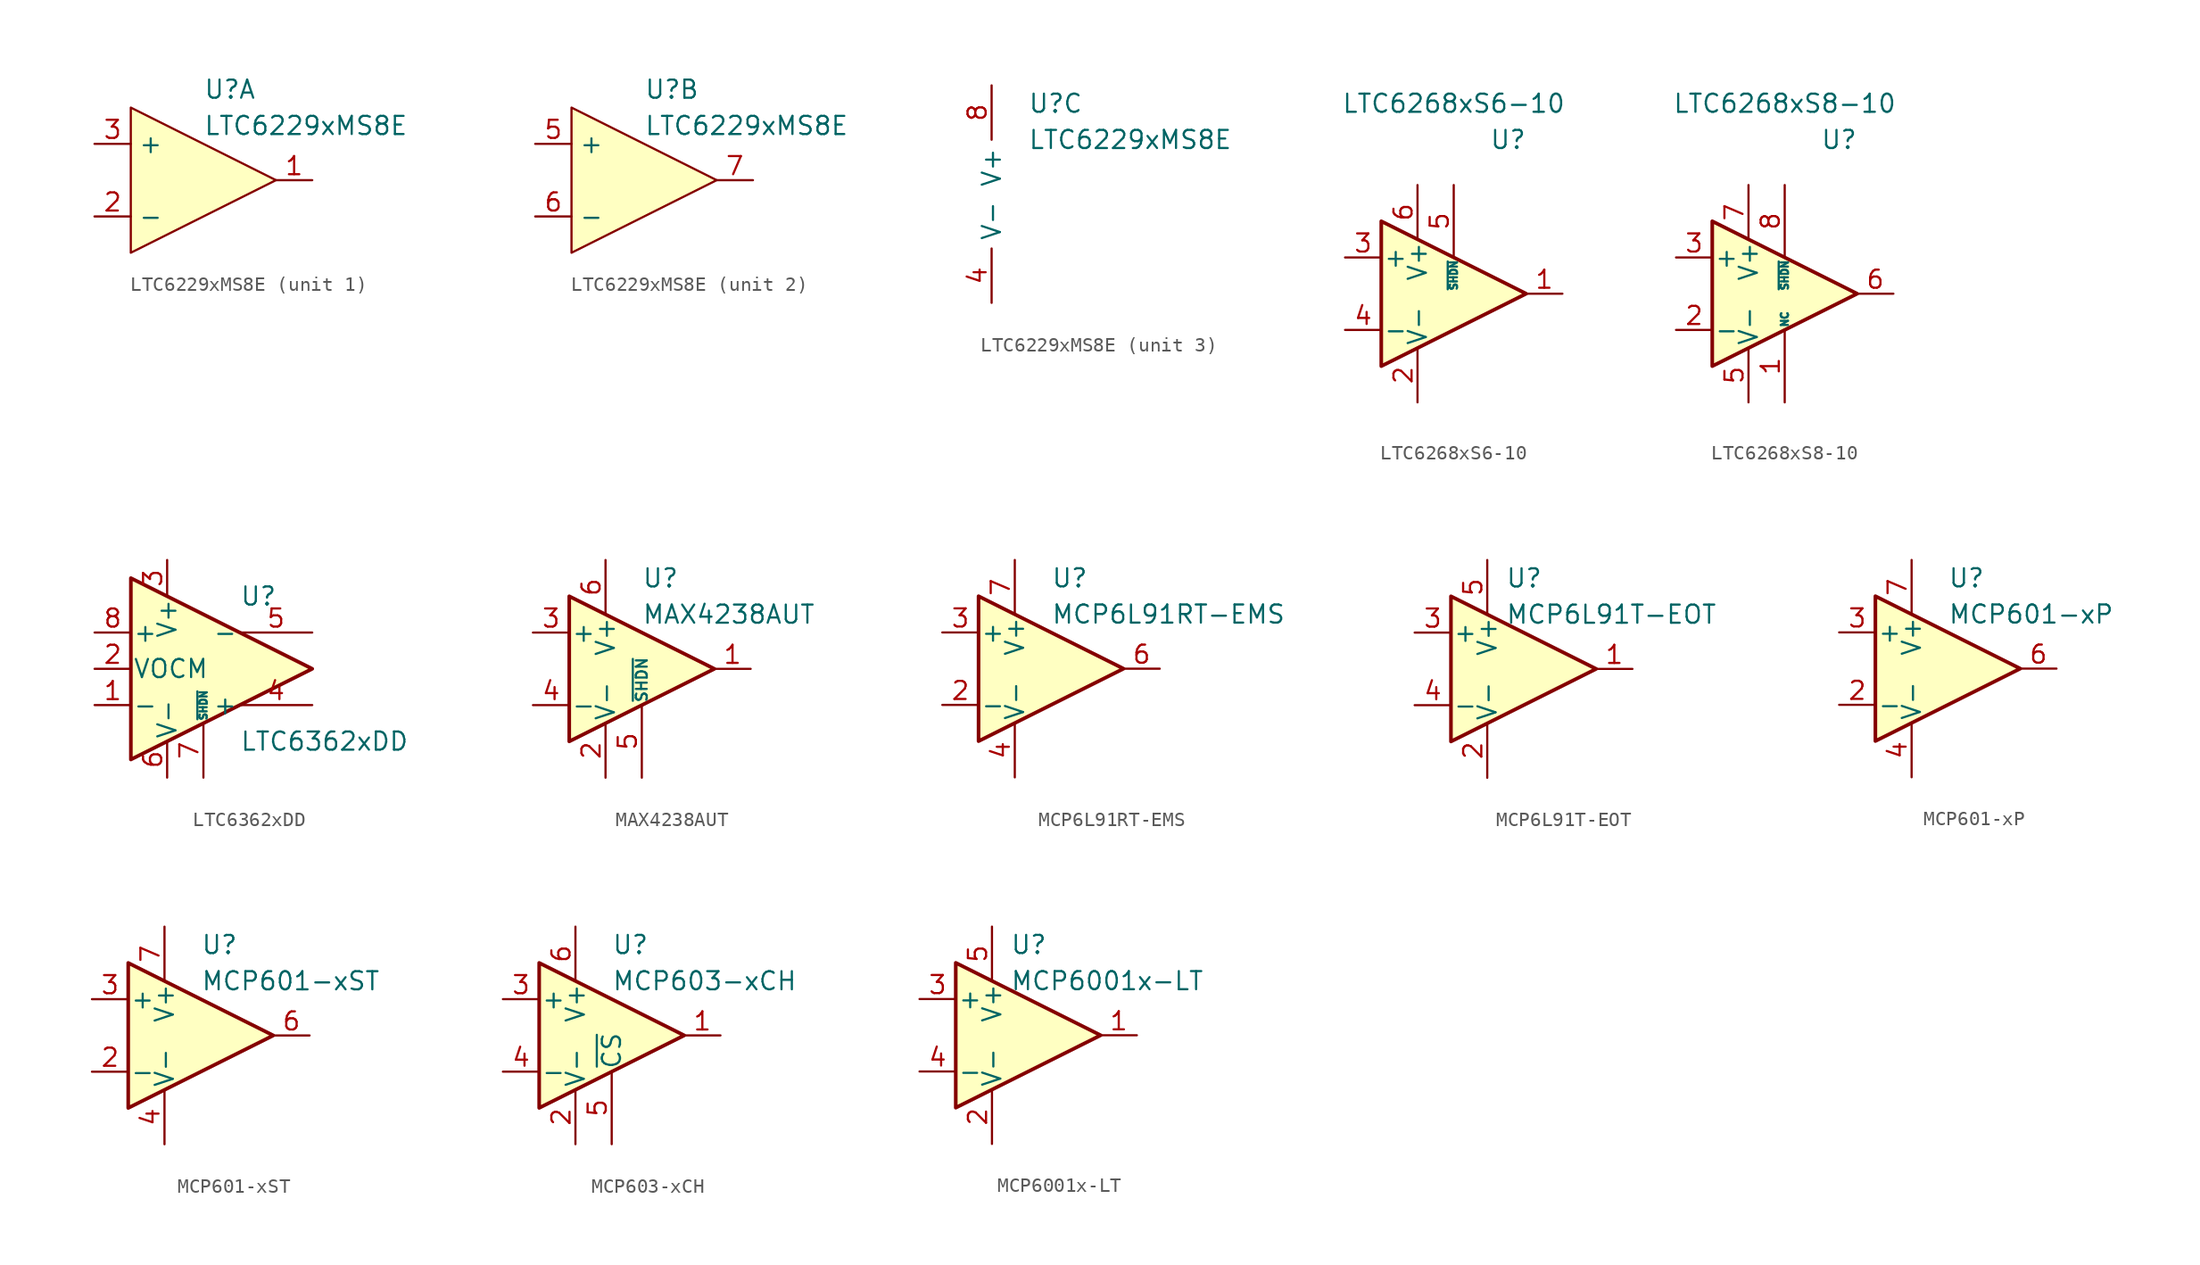
<source format=kicad_sym>
(kicad_symbol_lib
  (version 20211014)
  (generator kicad_symbol_editor)
  (symbol "LTC6229xMS8E"
    (property "Reference" "U"
      (at 0 6.35 0)
      (effects (font (size 1.27 1.27)) (justify left)))
    (property "Value" "LTC6229xMS8E"
      (at 0 3.81 0)
      (effects (font (size 1.27 1.27)) (justify left)))
    (symbol "LTC6229xMS8E_1_1"
      (polyline (pts (xy -5.08 5.08) (xy 5.08 0) (xy -5.08 -5.08) (xy -5.08 5.08)) (stroke (width 0) (type default) (color 0 0 0 0)) (fill (type background)))
      (pin output line (at 7.62 0 180) (length 2.54) (name "~" (effects (font (size 1.27 1.27)))) (number "1" (effects (font (size 1.27 1.27)))))
      (pin input line (at -7.62 -2.54 0) (length 2.54) (name "-" (effects (font (size 1.27 1.27)))) (number "2" (effects (font (size 1.27 1.27)))))
      (pin input line (at -7.62 2.54 0) (length 2.54) (name "+" (effects (font (size 1.27 1.27)))) (number "3" (effects (font (size 1.27 1.27))))))
    (symbol "LTC6229xMS8E_2_1"
      (polyline (pts (xy -5.08 5.08) (xy 5.08 0) (xy -5.08 -5.08) (xy -5.08 5.08)) (stroke (width 0) (type default) (color 0 0 0 0)) (fill (type background)))
      (pin input line (at -7.62 2.54 0) (length 2.54) (name "+" (effects (font (size 1.27 1.27)))) (number "5" (effects (font (size 1.27 1.27)))))
      (pin input line (at -7.62 -2.54 0) (length 2.54) (name "-" (effects (font (size 1.27 1.27)))) (number "6" (effects (font (size 1.27 1.27)))))
      (pin output line (at 7.62 0 180) (length 2.54) (name "~" (effects (font (size 1.27 1.27)))) (number "7" (effects (font (size 1.27 1.27))))))
    (symbol "LTC6229xMS8E_3_1"
      (pin power_in line (at -2.54 -7.62 90) (length 3.81) (name "V-" (effects (font (size 1.27 1.27)))) (number "4" (effects (font (size 1.27 1.27)))))
      (pin power_in line (at -2.54 7.62 270) (length 3.81) (name "V+" (effects (font (size 1.27 1.27)))) (number "8" (effects (font (size 1.27 1.27)))))
      (pin passive line (at -2.54 -7.62 90) (length 3.81) hide (name "V-" (effects (font (size 1.27 1.27)))) (number "9" (effects (font (size 1.27 1.27)))))))
  (symbol "LTC6268xS6-10"
    (pin_names
      (offset 0.127))
    (property "Reference" "U"
      (at 3.81 10.795 0)
      (effects (font (size 1.27 1.27))))
    (property "Value" "LTC6268xS6-10"
      (at 0 13.335 0)
      (effects (font (size 1.27 1.27))))
    (symbol "LTC6268xS6-10_1_1"
      (polyline (pts (xy -5.08 5.08) (xy -5.08 -5.08) (xy 5.08 0) (xy -5.08 5.08)) (stroke (width 0.254) (type default) (color 0 0 0 0)) (fill (type background)))
      (pin output line (at 7.62 0 180) (length 2.54) (name "~" (effects (font (size 1.27 1.27)))) (number "1" (effects (font (size 1.27 1.27)))))
      (pin power_in line (at -2.54 -7.62 90) (length 3.81) (name "V-" (effects (font (size 1.27 1.27)))) (number "2" (effects (font (size 1.27 1.27)))))
      (pin input line (at -7.62 2.54 0) (length 2.54) (name "+" (effects (font (size 1.27 1.27)))) (number "3" (effects (font (size 1.27 1.27)))))
      (pin input line (at -7.62 -2.54 0) (length 2.54) (name "-" (effects (font (size 1.27 1.27)))) (number "4" (effects (font (size 1.27 1.27)))))
      (pin input line (at 0 7.62 270) (length 5.08) (name "~{SHDN}" (effects (font (size 0.508 0.508)))) (number "5" (effects (font (size 1.27 1.27)))))
      (pin power_in line (at -2.54 7.62 270) (length 3.81) (name "V+" (effects (font (size 1.27 1.27)))) (number "6" (effects (font (size 1.27 1.27)))))))
  (symbol "LTC6268xS8-10"
    (pin_names
      (offset 0.127))
    (property "Reference" "U"
      (at 3.81 10.795 0)
      (effects (font (size 1.27 1.27))))
    (property "Value" "LTC6268xS8-10"
      (at 0 13.335 0)
      (effects (font (size 1.27 1.27))))
    (symbol "LTC6268xS8-10_1_1"
      (polyline (pts (xy -5.08 5.08) (xy -5.08 -5.08) (xy 5.08 0) (xy -5.08 5.08)) (stroke (width 0.254) (type default) (color 0 0 0 0)) (fill (type background)))
      (pin passive line (at 0 -7.62 90) (length 5.08) (name "NC" (effects (font (size 0.508 0.508)))) (number "1" (effects (font (size 1.27 1.27)))))
      (pin input line (at -7.62 -2.54 0) (length 2.54) (name "-" (effects (font (size 1.27 1.27)))) (number "2" (effects (font (size 1.27 1.27)))))
      (pin input line (at -7.62 2.54 0) (length 2.54) (name "+" (effects (font (size 1.27 1.27)))) (number "3" (effects (font (size 1.27 1.27)))))
      (pin passive line (at 0 -7.62 90) (length 5.08) hide (name "NC" (effects (font (size 0.508 0.508)))) (number "4" (effects (font (size 1.27 1.27)))))
      (pin power_in line (at -2.54 -7.62 90) (length 3.81) (name "V-" (effects (font (size 1.27 1.27)))) (number "5" (effects (font (size 1.27 1.27)))))
      (pin output line (at 7.62 0 180) (length 2.54) (name "~" (effects (font (size 1.27 1.27)))) (number "6" (effects (font (size 1.27 1.27)))))
      (pin power_in line (at -2.54 7.62 270) (length 3.81) (name "V+" (effects (font (size 1.27 1.27)))) (number "7" (effects (font (size 1.27 1.27)))))
      (pin input line (at 0 7.62 270) (length 5.08) (name "~{SHDN}" (effects (font (size 0.508 0.508)))) (number "8" (effects (font (size 1.27 1.27)))))))
  (symbol "LTC6362xDD"
    (pin_names
      (offset 0.127))
    (property "Reference" "U"
      (at 2.54 5.08 0)
      (effects (font (size 1.27 1.27)) (justify left)))
    (property "Value" "LTC6362xDD"
      (at 2.54 -5.08 0)
      (effects (font (size 1.27 1.27)) (justify left)))
    (symbol "LTC6362xDD_0_1"
      (polyline (pts (xy -5.08 6.35) (xy -5.08 -6.35) (xy 7.62 0) (xy -5.08 6.35)) (stroke (width 0.254) (type default) (color 0 0 0 0)) (fill (type background))))
    (symbol "LTC6362xDD_1_1"
      (pin input line (at -7.62 -2.54 0) (length 2.54) (name "-" (effects (font (size 1.27 1.27)))) (number "1" (effects (font (size 1.27 1.27)))))
      (pin input line (at -7.62 0 0) (length 2.54) (name "VOCM" (effects (font (size 1.27 1.27)))) (number "2" (effects (font (size 1.27 1.27)))))
      (pin power_in line (at -2.54 7.62 270) (length 2.54) (name "V+" (effects (font (size 1.27 1.27)))) (number "3" (effects (font (size 1.27 1.27)))))
      (pin output line (at 7.62 -2.54 180) (length 5.08) (name "+" (effects (font (size 1.27 1.27)))) (number "4" (effects (font (size 1.27 1.27)))))
      (pin output line (at 7.62 2.54 180) (length 5.08) (name "-" (effects (font (size 1.27 1.27)))) (number "5" (effects (font (size 1.27 1.27)))))
      (pin power_in line (at -2.54 -7.62 90) (length 2.54) (name "V-" (effects (font (size 1.27 1.27)))) (number "6" (effects (font (size 1.27 1.27)))))
      (pin input line (at 0 -7.62 90) (length 3.81) (name "~{SHDN}" (effects (font (size 0.508 0.508)))) (number "7" (effects (font (size 1.27 1.27)))))
      (pin input line (at -7.62 2.54 0) (length 2.54) (name "+" (effects (font (size 1.27 1.27)))) (number "8" (effects (font (size 1.27 1.27)))))
      (pin passive line (at -2.54 -7.62 90) (length 2.54) hide (name "V-" (effects (font (size 1.27 1.27)))) (number "9" (effects (font (size 1.27 1.27)))))))
  (symbol "MAX4238AUT"
    (pin_names
      (offset 0.127))
    (property "Reference" "U"
      (at 0 6.35 0)
      (effects (font (size 1.27 1.27)) (justify left)))
    (property "Value" "MAX4238AUT"
      (at 0 3.81 0)
      (effects (font (size 1.27 1.27)) (justify left)))
    (symbol "MAX4238AUT_0_1"
      (polyline (pts (xy -5.08 5.08) (xy 5.08 0) (xy -5.08 -5.08) (xy -5.08 5.08)) (stroke (width 0.254) (type default) (color 0 0 0 0)) (fill (type background))))
    (symbol "MAX4238AUT_1_1"
      (pin output line (at 7.62 0 180) (length 2.54) (name "~" (effects (font (size 1.27 1.27)))) (number "1" (effects (font (size 1.27 1.27)))))
      (pin power_in line (at -2.54 -7.62 90) (length 3.81) (name "V-" (effects (font (size 1.27 1.27)))) (number "2" (effects (font (size 1.27 1.27)))))
      (pin input line (at -7.62 2.54 0) (length 2.54) (name "+" (effects (font (size 1.27 1.27)))) (number "3" (effects (font (size 1.27 1.27)))))
      (pin input line (at -7.62 -2.54 0) (length 2.54) (name "-" (effects (font (size 1.27 1.27)))) (number "4" (effects (font (size 1.27 1.27)))))
      (pin input line (at 0 -7.62 90) (length 5.08) (name "~{SHDN}" (effects (font (size 0.762 0.762)))) (number "5" (effects (font (size 1.27 1.27)))))
      (pin power_in line (at -2.54 7.62 270) (length 3.81) (name "V+" (effects (font (size 1.27 1.27)))) (number "6" (effects (font (size 1.27 1.27)))))))
  (symbol "MCP6L91RT-EMS"
    (pin_names
      (offset 0.127))
    (property "Reference" "U"
      (at 0 6.35 0)
      (effects (font (size 1.27 1.27)) (justify left)))
    (property "Value" "MCP6L91RT-EMS"
      (at 0 3.81 0)
      (effects (font (size 1.27 1.27)) (justify left)))
    (symbol "MCP6L91RT-EMS_0_1"
      (polyline (pts (xy -5.08 5.08) (xy 5.08 0) (xy -5.08 -5.08) (xy -5.08 5.08)) (stroke (width 0.254) (type default) (color 0 0 0 0)) (fill (type background))))
    (symbol "MCP6L91RT-EMS_1_1"
      (pin no_connect line (at -2.54 2.54 270) (length 2.54) hide (name "NC" (effects (font (size 1.27 1.27)))) (number "1" (effects (font (size 1.27 1.27)))))
      (pin input line (at -7.62 -2.54 0) (length 2.54) (name "-" (effects (font (size 1.27 1.27)))) (number "2" (effects (font (size 1.27 1.27)))))
      (pin input line (at -7.62 2.54 0) (length 2.54) (name "+" (effects (font (size 1.27 1.27)))) (number "3" (effects (font (size 1.27 1.27)))))
      (pin power_in line (at -2.54 -7.62 90) (length 3.81) (name "V-" (effects (font (size 1.27 1.27)))) (number "4" (effects (font (size 1.27 1.27)))))
      (pin no_connect line (at 0 2.54 270) (length 2.54) hide (name "NC" (effects (font (size 1.27 1.27)))) (number "5" (effects (font (size 1.27 1.27)))))
      (pin output line (at 7.62 0 180) (length 2.54) (name "~" (effects (font (size 1.27 1.27)))) (number "6" (effects (font (size 1.27 1.27)))))
      (pin power_in line (at -2.54 7.62 270) (length 3.81) (name "V+" (effects (font (size 1.27 1.27)))) (number "7" (effects (font (size 1.27 1.27)))))
      (pin no_connect line (at 0 -2.54 90) (length 2.54) hide (name "NC" (effects (font (size 1.27 1.27)))) (number "8" (effects (font (size 1.27 1.27)))))))
  (symbol "MCP6L91T-EOT"
    (pin_names
      (offset 0.127))
    (property "Reference" "U"
      (at -1.27 6.35 0)
      (effects (font (size 1.27 1.27)) (justify left)))
    (property "Value" "MCP6L91T-EOT"
      (at -1.27 3.81 0)
      (effects (font (size 1.27 1.27)) (justify left)))
    (symbol "MCP6L91T-EOT_0_1"
      (polyline (pts (xy -5.08 5.08) (xy 5.08 0) (xy -5.08 -5.08) (xy -5.08 5.08)) (stroke (width 0.254) (type default) (color 0 0 0 0)) (fill (type background)))
      (pin power_in line (at -2.54 -7.62 90) (length 3.81) (name "V-" (effects (font (size 1.27 1.27)))) (number "2" (effects (font (size 1.27 1.27)))))
      (pin power_in line (at -2.54 7.62 270) (length 3.81) (name "V+" (effects (font (size 1.27 1.27)))) (number "5" (effects (font (size 1.27 1.27))))))
    (symbol "MCP6L91T-EOT_1_1"
      (pin output line (at 7.62 0 180) (length 2.54) (name "~" (effects (font (size 1.27 1.27)))) (number "1" (effects (font (size 1.27 1.27)))))
      (pin input line (at -7.62 2.54 0) (length 2.54) (name "+" (effects (font (size 1.27 1.27)))) (number "3" (effects (font (size 1.27 1.27)))))
      (pin input line (at -7.62 -2.54 0) (length 2.54) (name "-" (effects (font (size 1.27 1.27)))) (number "4" (effects (font (size 1.27 1.27)))))))
  (symbol "MCP601-xP"
    (pin_names
      (offset 0.127))
    (property "Reference" "U"
      (at 0 6.35 0)
      (effects (font (size 1.27 1.27)) (justify left)))
    (property "Value" "MCP601-xP"
      (at 0 3.81 0)
      (effects (font (size 1.27 1.27)) (justify left)))
    (symbol "MCP601-xP_0_1"
      (polyline (pts (xy -5.08 5.08) (xy 5.08 0) (xy -5.08 -5.08) (xy -5.08 5.08)) (stroke (width 0.254) (type default) (color 0 0 0 0)) (fill (type background))))
    (symbol "MCP601-xP_1_1"
      (pin no_connect line (at -5.08 -2.54 90) (length 2.54) hide (name "NC" (effects (font (size 1.27 1.27)))) (number "1" (effects (font (size 1.27 1.27)))))
      (pin input line (at -7.62 -2.54 0) (length 2.54) (name "-" (effects (font (size 1.27 1.27)))) (number "2" (effects (font (size 1.27 1.27)))))
      (pin input line (at -7.62 2.54 0) (length 2.54) (name "+" (effects (font (size 1.27 1.27)))) (number "3" (effects (font (size 1.27 1.27)))))
      (pin power_in line (at -2.54 -7.62 90) (length 3.81) (name "V-" (effects (font (size 1.27 1.27)))) (number "4" (effects (font (size 1.27 1.27)))))
      (pin no_connect line (at -2.54 -2.54 90) (length 2.54) hide (name "NC" (effects (font (size 1.27 1.27)))) (number "5" (effects (font (size 1.27 1.27)))))
      (pin output line (at 7.62 0 180) (length 2.54) (name "~" (effects (font (size 1.27 1.27)))) (number "6" (effects (font (size 1.27 1.27)))))
      (pin power_in line (at -2.54 7.62 270) (length 3.81) (name "V+" (effects (font (size 1.27 1.27)))) (number "7" (effects (font (size 1.27 1.27)))))
      (pin no_connect line (at 0 -2.54 90) (length 2.54) hide (name "NC" (effects (font (size 1.27 1.27)))) (number "8" (effects (font (size 1.27 1.27)))))))
  (symbol "MCP601-xST"
    (pin_names
      (offset 0.127))
    (property "Reference" "U"
      (at 0 6.35 0)
      (effects (font (size 1.27 1.27)) (justify left)))
    (property "Value" "MCP601-xST"
      (at 0 3.81 0)
      (effects (font (size 1.27 1.27)) (justify left)))
    (symbol "MCP601-xST_0_1"
      (polyline (pts (xy -5.08 5.08) (xy 5.08 0) (xy -5.08 -5.08) (xy -5.08 5.08)) (stroke (width 0.254) (type default) (color 0 0 0 0)) (fill (type background))))
    (symbol "MCP601-xST_1_1"
      (pin no_connect line (at -2.54 2.54 270) (length 2.54) hide (name "NC" (effects (font (size 1.27 1.27)))) (number "1" (effects (font (size 1.27 1.27)))))
      (pin input line (at -7.62 -2.54 0) (length 2.54) (name "-" (effects (font (size 1.27 1.27)))) (number "2" (effects (font (size 1.27 1.27)))))
      (pin input line (at -7.62 2.54 0) (length 2.54) (name "+" (effects (font (size 1.27 1.27)))) (number "3" (effects (font (size 1.27 1.27)))))
      (pin power_in line (at -2.54 -7.62 90) (length 3.81) (name "V-" (effects (font (size 1.27 1.27)))) (number "4" (effects (font (size 1.27 1.27)))))
      (pin no_connect line (at 0 2.54 270) (length 2.54) hide (name "NC" (effects (font (size 1.27 1.27)))) (number "5" (effects (font (size 1.27 1.27)))))
      (pin output line (at 7.62 0 180) (length 2.54) (name "~" (effects (font (size 1.27 1.27)))) (number "6" (effects (font (size 1.27 1.27)))))
      (pin power_in line (at -2.54 7.62 270) (length 3.81) (name "V+" (effects (font (size 1.27 1.27)))) (number "7" (effects (font (size 1.27 1.27)))))
      (pin no_connect line (at 0 -2.54 90) (length 2.54) hide (name "NC" (effects (font (size 1.27 1.27)))) (number "8" (effects (font (size 1.27 1.27)))))))
  (symbol "MCP603-xCH"
    (pin_names
      (offset 0.127))
    (property "Reference" "U"
      (at 0 6.35 0)
      (effects (font (size 1.27 1.27)) (justify left)))
    (property "Value" "MCP603-xCH"
      (at 0 3.81 0)
      (effects (font (size 1.27 1.27)) (justify left)))
    (symbol "MCP603-xCH_0_1"
      (polyline (pts (xy -5.08 5.08) (xy 5.08 0) (xy -5.08 -5.08) (xy -5.08 5.08)) (stroke (width 0.254) (type default) (color 0 0 0 0)) (fill (type background))))
    (symbol "MCP603-xCH_1_1"
      (pin output line (at 7.62 0 180) (length 2.54) (name "~" (effects (font (size 1.27 1.27)))) (number "1" (effects (font (size 1.27 1.27)))))
      (pin power_in line (at -2.54 -7.62 90) (length 3.81) (name "V-" (effects (font (size 1.27 1.27)))) (number "2" (effects (font (size 1.27 1.27)))))
      (pin input line (at -7.62 2.54 0) (length 2.54) (name "+" (effects (font (size 1.27 1.27)))) (number "3" (effects (font (size 1.27 1.27)))))
      (pin input line (at -7.62 -2.54 0) (length 2.54) (name "-" (effects (font (size 1.27 1.27)))) (number "4" (effects (font (size 1.27 1.27)))))
      (pin input line (at 0 -7.62 90) (length 5.08) (name "~{CS}" (effects (font (size 1.27 1.27)))) (number "5" (effects (font (size 1.27 1.27)))))
      (pin power_in line (at -2.54 7.62 270) (length 3.81) (name "V+" (effects (font (size 1.27 1.27)))) (number "6" (effects (font (size 1.27 1.27)))))))
  (symbol "MCP6001x-LT"
    (pin_names
      (offset 0.127))
    (property "Reference" "U"
      (at -1.27 6.35 0)
      (effects (font (size 1.27 1.27)) (justify left)))
    (property "Value" "MCP6001x-LT"
      (at -1.27 3.81 0)
      (effects (font (size 1.27 1.27)) (justify left)))
    (symbol "MCP6001x-LT_0_1"
      (polyline (pts (xy -5.08 5.08) (xy 5.08 0) (xy -5.08 -5.08) (xy -5.08 5.08)) (stroke (width 0.254) (type default) (color 0 0 0 0)) (fill (type background)))
      (pin power_in line (at -2.54 -7.62 90) (length 3.81) (name "V-" (effects (font (size 1.27 1.27)))) (number "2" (effects (font (size 1.27 1.27)))))
      (pin power_in line (at -2.54 7.62 270) (length 3.81) (name "V+" (effects (font (size 1.27 1.27)))) (number "5" (effects (font (size 1.27 1.27))))))
    (symbol "MCP6001x-LT_1_1"
      (pin output line (at 7.62 0 180) (length 2.54) (name "~" (effects (font (size 1.27 1.27)))) (number "1" (effects (font (size 1.27 1.27)))))
      (pin input line (at -7.62 2.54 0) (length 2.54) (name "+" (effects (font (size 1.27 1.27)))) (number "3" (effects (font (size 1.27 1.27)))))
      (pin input line (at -7.62 -2.54 0) (length 2.54) (name "-" (effects (font (size 1.27 1.27)))) (number "4" (effects (font (size 1.27 1.27))))))))
</source>
